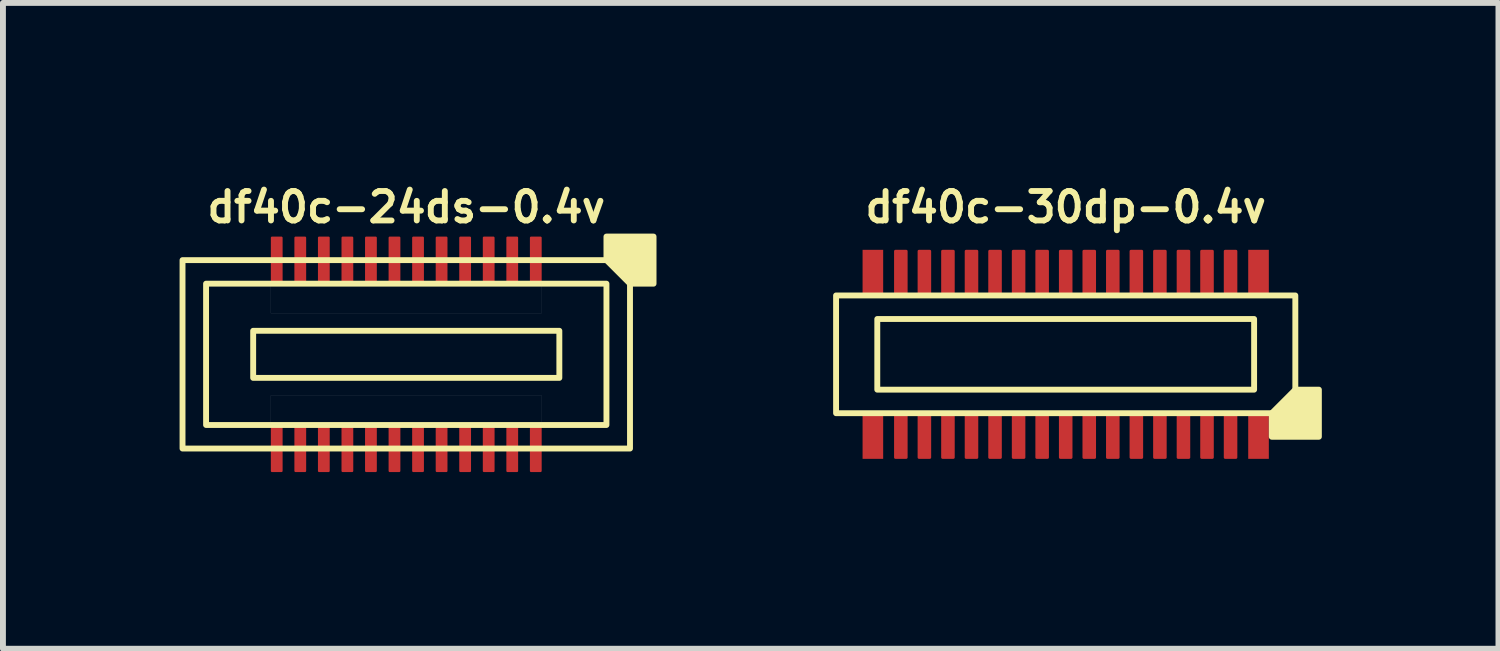
<source format=kicad_pcb>
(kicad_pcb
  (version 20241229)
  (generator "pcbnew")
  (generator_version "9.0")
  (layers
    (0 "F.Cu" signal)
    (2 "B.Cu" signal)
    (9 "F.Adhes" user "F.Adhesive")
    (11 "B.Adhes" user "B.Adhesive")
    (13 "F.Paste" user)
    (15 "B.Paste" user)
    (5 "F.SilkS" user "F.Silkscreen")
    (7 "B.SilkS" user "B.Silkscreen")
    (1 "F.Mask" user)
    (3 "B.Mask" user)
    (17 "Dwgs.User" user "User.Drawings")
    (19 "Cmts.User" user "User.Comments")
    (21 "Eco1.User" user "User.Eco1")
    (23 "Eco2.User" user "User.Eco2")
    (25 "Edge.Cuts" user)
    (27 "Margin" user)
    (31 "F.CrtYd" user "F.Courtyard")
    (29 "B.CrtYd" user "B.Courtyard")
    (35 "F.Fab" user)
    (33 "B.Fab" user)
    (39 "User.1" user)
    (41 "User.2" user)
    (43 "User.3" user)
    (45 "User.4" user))
  (footprint "df40c-30dp-0.4v"
    (layer "F.Cu")
    (at 15.05 2.968)
    (property "Reference" "df40c-30dp-0.4v" (at 0 -2.5 180) (layer "F.SilkS") (effects (font (size 0.5 0.5) (thickness 0.1))))
    (attr smd)
    (fp_rect (start -3.45 -1.775) (end -3.1 -1.025) (stroke (width 0) (type solid)) (fill yes) (layer "F.Cu"))
    (fp_rect (start -3.45 1.025) (end -3.1 1.775) (stroke (width 0) (type solid)) (fill yes) (layer "F.Cu"))
    (fp_rect (start 3.1 -1.775) (end 3.45 -1.025) (stroke (width 0) (type solid)) (fill yes) (layer "F.Cu"))
    (fp_rect (start 3.1 1.025) (end 3.45 1.775) (stroke (width 0) (type solid)) (fill yes) (layer "F.Cu"))
    (fp_rect (start -3.48 -1.805) (end -3.07 -0.995) (stroke (width 0) (type solid)) (fill yes) (layer "F.Mask"))
    (fp_rect (start -3.48 0.995) (end -3.07 1.805) (stroke (width 0) (type solid)) (fill yes) (layer "F.Mask"))
    (fp_rect (start 3.07 -0.995) (end 3.48 -1.805) (stroke (width 0.03) (type solid)) (fill yes) (layer "F.Mask"))
    (fp_rect (start 3.07 0.995) (end 3.48 1.805) (stroke (width 0.03) (type solid)) (fill yes) (layer "F.Mask"))
    (fp_rect (start 3.2 -0.6) (end -3.2 0.6) (stroke (width 0.1) (type default)) (fill no) (layer "F.SilkS"))
    (fp_rect (start 3.9 -1) (end -3.9 1) (stroke (width 0.1) (type default)) (fill no) (layer "F.SilkS"))
    (fp_poly (pts (xy 3.5 1) (xy 3.5 1.4) (xy 4.3 1.4) (xy 4.3 0.6) (xy 3.9 0.6)) (stroke (width 0.1) (type solid)) (fill yes) (layer "F.SilkS"))
    (fp_rect (start -3.45 -1.775) (end -3.1 -1.025) (stroke (width 0) (type solid)) (fill yes) (layer "F.Paste"))
    (fp_rect (start -3.1 1.025) (end -3.45 1.775) (stroke (width 0) (type solid)) (fill yes) (layer "F.Paste"))
    (fp_rect (start 3.1 -1.775) (end 3.45 -1.025) (stroke (width 0) (type solid)) (fill yes) (layer "F.Paste"))
    (fp_rect (start 3.1 1.025) (end 3.45 1.775) (stroke (width 0) (type solid)) (fill yes) (layer "F.Paste"))
    (pad "1" smd roundrect (at 2.8 1.4) (size 0.23 0.75) (layers "F.Cu" "F.Mask" "F.Paste") (roundrect_rratio 0.1))
    (pad "2" smd roundrect (at 2.8 -1.4) (size 0.23 0.75) (layers "F.Cu" "F.Mask" "F.Paste") (roundrect_rratio 0.1))
    (pad "3" smd roundrect (at 2.4 1.4) (size 0.23 0.75) (layers "F.Cu" "F.Mask" "F.Paste") (roundrect_rratio 0.1))
    (pad "4" smd roundrect (at 2.4 -1.4) (size 0.23 0.75) (layers "F.Cu" "F.Mask" "F.Paste") (roundrect_rratio 0.1))
    (pad "5" smd roundrect (at 2 1.4) (size 0.23 0.75) (layers "F.Cu" "F.Mask" "F.Paste") (roundrect_rratio 0.1))
    (pad "6" smd roundrect (at 2 -1.4) (size 0.23 0.75) (layers "F.Cu" "F.Mask" "F.Paste") (roundrect_rratio 0.1))
    (pad "7" smd roundrect (at 1.6 1.4) (size 0.23 0.75) (layers "F.Cu" "F.Mask" "F.Paste") (roundrect_rratio 0.1))
    (pad "8" smd roundrect (at 1.6 -1.4) (size 0.23 0.75) (layers "F.Cu" "F.Mask" "F.Paste") (roundrect_rratio 0.1))
    (pad "9" smd roundrect (at 1.2 1.4) (size 0.23 0.75) (layers "F.Cu" "F.Mask" "F.Paste") (roundrect_rratio 0.1))
    (pad "10" smd roundrect (at 1.2 -1.4) (size 0.23 0.75) (layers "F.Cu" "F.Mask" "F.Paste") (roundrect_rratio 0.1))
    (pad "11" smd roundrect (at 0.8 1.4) (size 0.23 0.75) (layers "F.Cu" "F.Mask" "F.Paste") (roundrect_rratio 0.1))
    (pad "12" smd roundrect (at 0.8 -1.4) (size 0.23 0.75) (layers "F.Cu" "F.Mask" "F.Paste") (roundrect_rratio 0.1))
    (pad "13" smd roundrect (at 0.4 1.4) (size 0.23 0.75) (layers "F.Cu" "F.Mask" "F.Paste") (roundrect_rratio 0.1))
    (pad "14" smd roundrect (at 0.4 -1.4) (size 0.23 0.75) (layers "F.Cu" "F.Mask" "F.Paste") (roundrect_rratio 0.1))
    (pad "15" smd roundrect (at 0 1.4) (size 0.23 0.75) (layers "F.Cu" "F.Mask" "F.Paste") (roundrect_rratio 0.1))
    (pad "16" smd roundrect (at 0 -1.4) (size 0.23 0.75) (layers "F.Cu" "F.Mask" "F.Paste") (roundrect_rratio 0.1))
    (pad "17" smd roundrect (at -0.4 1.4) (size 0.23 0.75) (layers "F.Cu" "F.Mask" "F.Paste") (roundrect_rratio 0.1))
    (pad "18" smd roundrect (at -0.4 -1.4) (size 0.23 0.75) (layers "F.Cu" "F.Mask" "F.Paste") (roundrect_rratio 0.1))
    (pad "19" smd roundrect (at -0.8 1.4) (size 0.23 0.75) (layers "F.Cu" "F.Mask" "F.Paste") (roundrect_rratio 0.1))
    (pad "20" smd roundrect (at -0.8 -1.4) (size 0.23 0.75) (layers "F.Cu" "F.Mask" "F.Paste") (roundrect_rratio 0.1))
    (pad "21" smd roundrect (at -1.2 1.4) (size 0.23 0.75) (layers "F.Cu" "F.Mask" "F.Paste") (roundrect_rratio 0.1))
    (pad "22" smd roundrect (at -1.2 -1.4) (size 0.23 0.75) (layers "F.Cu" "F.Mask" "F.Paste") (roundrect_rratio 0.1))
    (pad "23" smd roundrect (at -1.6 1.4) (size 0.23 0.75) (layers "F.Cu" "F.Mask" "F.Paste") (roundrect_rratio 0.1))
    (pad "24" smd roundrect (at -1.6 -1.4) (size 0.23 0.75) (layers "F.Cu" "F.Mask" "F.Paste") (roundrect_rratio 0.1))
    (pad "25" smd roundrect (at -2 1.4) (size 0.23 0.75) (layers "F.Cu" "F.Mask" "F.Paste") (roundrect_rratio 0.1))
    (pad "26" smd roundrect (at -2 -1.4) (size 0.23 0.75) (layers "F.Cu" "F.Mask" "F.Paste") (roundrect_rratio 0.1))
    (pad "27" smd roundrect (at -2.4 1.4) (size 0.23 0.75) (layers "F.Cu" "F.Mask" "F.Paste") (roundrect_rratio 0.1))
    (pad "28" smd roundrect (at -2.4 -1.4) (size 0.23 0.75) (layers "F.Cu" "F.Mask" "F.Paste") (roundrect_rratio 0.1))
    (pad "29" smd roundrect (at -2.8 1.4) (size 0.23 0.75) (layers "F.Cu" "F.Mask" "F.Paste") (roundrect_rratio 0.1))
    (pad "30" smd roundrect (at -2.8 -1.4) (size 0.23 0.75) (layers "F.Cu" "F.Mask" "F.Paste") (roundrect_rratio 0.1)))
  (footprint "df40c-24ds-0.4v"
    (layer "F.Cu")
    (at 3.85 2.968)
    (property "Reference" "df40c-24ds-0.4v" (at 0 -2.5 180) (layer "F.SilkS") (effects (font (size 0.5 0.5) (thickness 0.1))))
    (attr smd)
    (fp_rect (start -2.6 -0.4) (end 2.6 0.4) (stroke (width 0.1) (type default)) (fill no) (layer "F.SilkS"))
    (fp_rect (start 3.4 -1.2) (end -3.4 1.2) (stroke (width 0.1) (type default)) (fill no) (layer "F.SilkS"))
    (fp_rect (start 3.8 -1.6) (end -3.8 1.6) (stroke (width 0.1) (type default)) (fill no) (layer "F.SilkS"))
    (fp_poly (pts (xy 3.4 -1.6) (xy 3.4 -2) (xy 4.2 -2) (xy 4.2 -1.2) (xy 3.8 -1.2)) (stroke (width 0.1) (type solid)) (fill yes) (layer "F.SilkS"))
    (fp_poly (pts (xy -2.3 -1.2) (xy 2.3 -1.2) (xy 2.3 -0.7) (xy -2.3 -0.7)) (stroke (width 0.001) (type solid)) (fill no) (layer "Dwgs.User"))
    (fp_poly (pts (xy -2.3 0.7) (xy 2.3 0.7) (xy 2.3 1.2) (xy -2.3 1.2)) (stroke (width 0.001) (type solid)) (fill no) (layer "Dwgs.User"))
    (pad "1" smd roundrect (at 2.2 -1.6) (size 0.2 0.8) (layers "F.Cu" "F.Mask" "F.Paste") (roundrect_rratio 0.1))
    (pad "2" smd roundrect (at 2.2 1.6) (size 0.2 0.8) (layers "F.Cu" "F.Mask" "F.Paste") (roundrect_rratio 0.1))
    (pad "3" smd roundrect (at 1.8 -1.6) (size 0.2 0.8) (layers "F.Cu" "F.Mask" "F.Paste") (roundrect_rratio 0.1))
    (pad "4" smd roundrect (at 1.8 1.6) (size 0.2 0.8) (layers "F.Cu" "F.Mask" "F.Paste") (roundrect_rratio 0.1))
    (pad "5" smd roundrect (at 1.4 -1.6) (size 0.2 0.8) (layers "F.Cu" "F.Mask" "F.Paste") (roundrect_rratio 0.1))
    (pad "6" smd roundrect (at 1.4 1.6) (size 0.2 0.8) (layers "F.Cu" "F.Mask" "F.Paste") (roundrect_rratio 0.1))
    (pad "7" smd roundrect (at 1 -1.6) (size 0.2 0.8) (layers "F.Cu" "F.Mask" "F.Paste") (roundrect_rratio 0.1))
    (pad "8" smd roundrect (at 1 1.6) (size 0.2 0.8) (layers "F.Cu" "F.Mask" "F.Paste") (roundrect_rratio 0.1))
    (pad "9" smd roundrect (at 0.6 -1.6) (size 0.2 0.8) (layers "F.Cu" "F.Mask" "F.Paste") (roundrect_rratio 0.1))
    (pad "10" smd roundrect (at 0.6 1.6) (size 0.2 0.8) (layers "F.Cu" "F.Mask" "F.Paste") (roundrect_rratio 0.1))
    (pad "11" smd roundrect (at 0.2 -1.6) (size 0.2 0.8) (layers "F.Cu" "F.Mask" "F.Paste") (roundrect_rratio 0.1))
    (pad "12" smd roundrect (at 0.2 1.6) (size 0.2 0.8) (layers "F.Cu" "F.Mask" "F.Paste") (roundrect_rratio 0.1))
    (pad "13" smd roundrect (at -0.2 -1.6) (size 0.2 0.8) (layers "F.Cu" "F.Mask" "F.Paste") (roundrect_rratio 0.1))
    (pad "14" smd roundrect (at -0.2 1.6) (size 0.2 0.8) (layers "F.Cu" "F.Mask" "F.Paste") (roundrect_rratio 0.1))
    (pad "15" smd roundrect (at -0.6 -1.6) (size 0.2 0.8) (layers "F.Cu" "F.Mask" "F.Paste") (roundrect_rratio 0.1))
    (pad "16" smd roundrect (at -0.6 1.6) (size 0.2 0.8) (layers "F.Cu" "F.Mask" "F.Paste") (roundrect_rratio 0.1))
    (pad "17" smd roundrect (at -1 -1.6) (size 0.2 0.8) (layers "F.Cu" "F.Mask" "F.Paste") (roundrect_rratio 0.1))
    (pad "18" smd roundrect (at -1 1.6) (size 0.2 0.8) (layers "F.Cu" "F.Mask" "F.Paste") (roundrect_rratio 0.1))
    (pad "19" smd roundrect (at -1.4 -1.6) (size 0.2 0.8) (layers "F.Cu" "F.Mask" "F.Paste") (roundrect_rratio 0.1))
    (pad "20" smd roundrect (at -1.4 1.6) (size 0.2 0.8) (layers "F.Cu" "F.Mask" "F.Paste") (roundrect_rratio 0.1))
    (pad "21" smd roundrect (at -1.8 -1.6) (size 0.2 0.8) (layers "F.Cu" "F.Mask" "F.Paste") (roundrect_rratio 0.1))
    (pad "22" smd roundrect (at -1.8 1.6) (size 0.2 0.8) (layers "F.Cu" "F.Mask" "F.Paste") (roundrect_rratio 0.1))
    (pad "23" smd roundrect (at -2.2 -1.6) (size 0.2 0.8) (layers "F.Cu" "F.Mask" "F.Paste") (roundrect_rratio 0.1))
    (pad "24" smd roundrect (at -2.2 1.6) (size 0.2 0.8) (layers "F.Cu" "F.Mask" "F.Paste") (roundrect_rratio 0.1)))
  (gr_rect
    (start -3 -3)
    (end 22.4 7.968)
    (stroke (width 0.1) (type default))
    (fill no)
    (layer "Edge.Cuts")))
</source>
